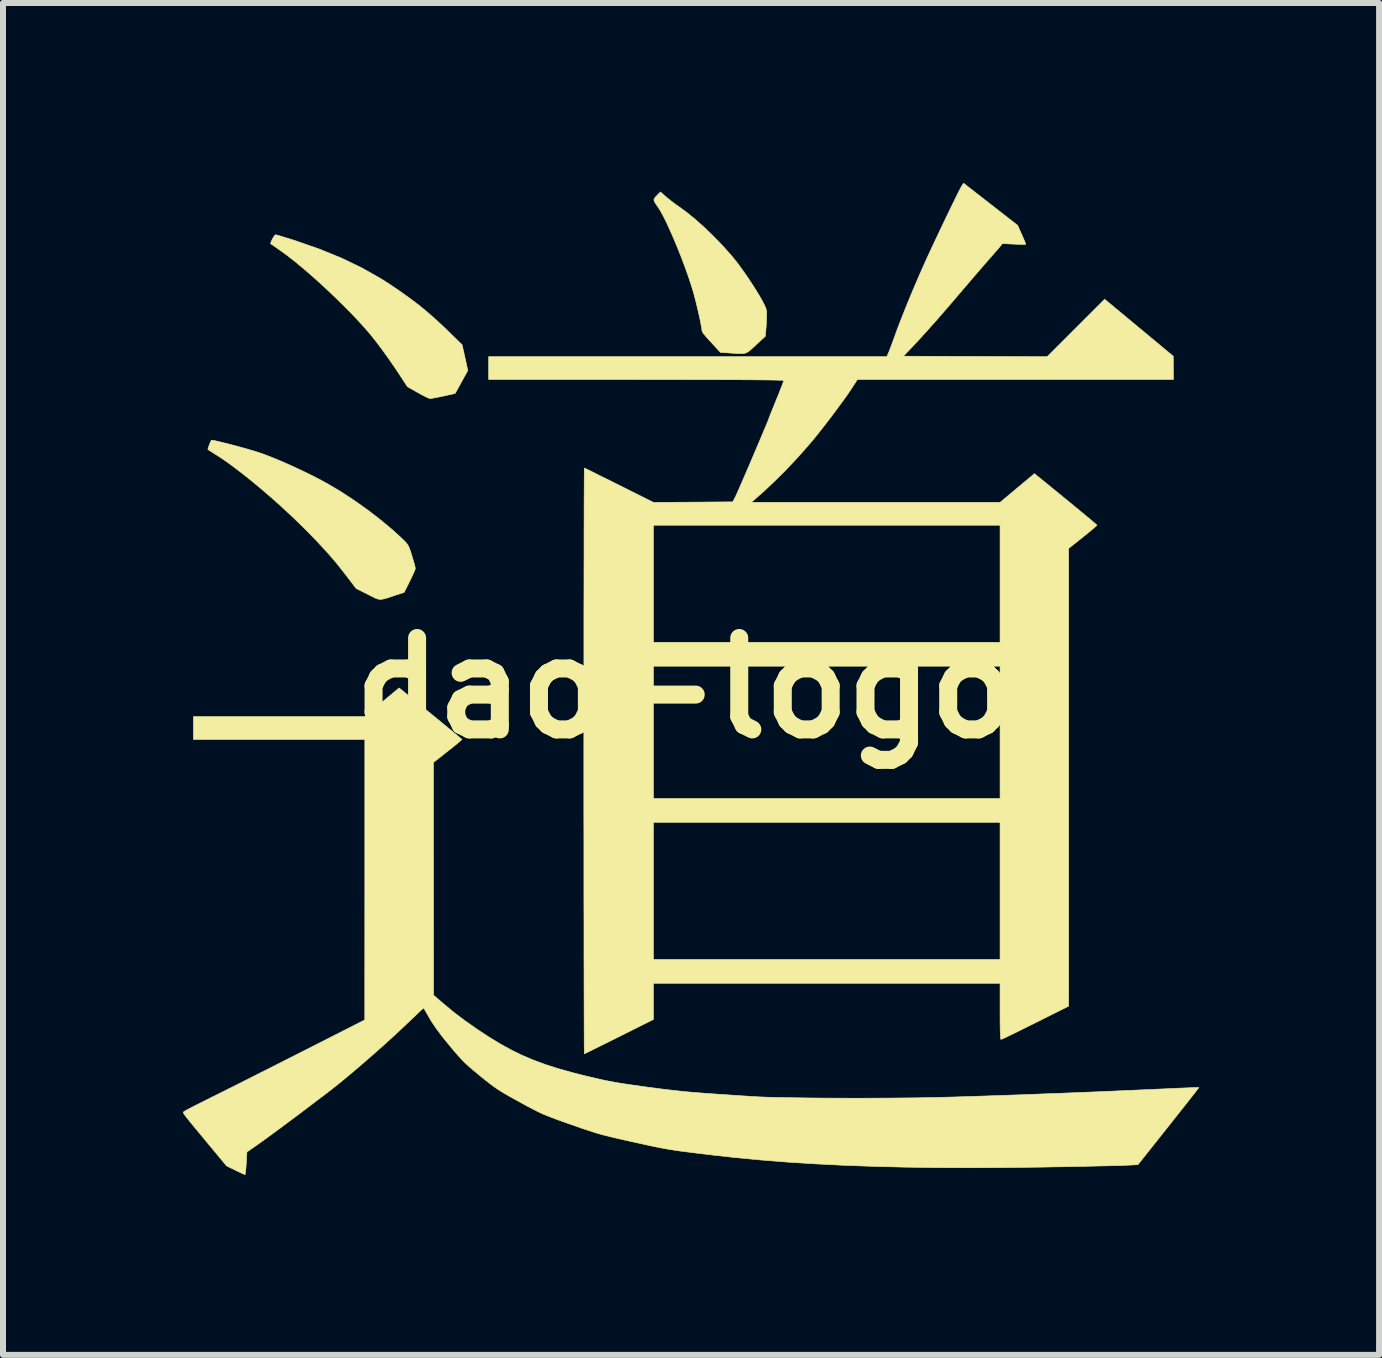
<source format=kicad_pcb>
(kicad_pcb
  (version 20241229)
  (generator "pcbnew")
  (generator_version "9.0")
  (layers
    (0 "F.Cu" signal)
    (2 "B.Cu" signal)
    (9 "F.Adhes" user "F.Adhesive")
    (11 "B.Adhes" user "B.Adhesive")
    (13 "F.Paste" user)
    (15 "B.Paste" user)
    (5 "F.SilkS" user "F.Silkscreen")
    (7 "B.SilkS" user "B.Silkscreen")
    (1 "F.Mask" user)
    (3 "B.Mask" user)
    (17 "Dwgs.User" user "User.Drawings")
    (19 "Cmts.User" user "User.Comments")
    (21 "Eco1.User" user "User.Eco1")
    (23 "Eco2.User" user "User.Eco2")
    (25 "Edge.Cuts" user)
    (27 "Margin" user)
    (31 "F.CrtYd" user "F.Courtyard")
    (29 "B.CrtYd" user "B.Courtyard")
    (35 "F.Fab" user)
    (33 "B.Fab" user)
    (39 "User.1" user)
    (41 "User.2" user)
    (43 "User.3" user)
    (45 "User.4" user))
  (footprint "dao-logo"
    (layer "F.Cu")
    (at 8.366 8.42)
    (property "Reference" "dao-logo" (at 0 0 0) (layer "F.SilkS") (effects (font (size 1.524 1.524) (thickness 0.3))))
    (attr through_hole)
    (fp_poly (pts (xy -6.802 -7.552) (xy -6.755 -7.539) (xy -6.688 -7.518) (xy -6.605 -7.493) (xy -6.511 -7.463) (xy -6.476 -7.452) (xy -6.082 -7.314) (xy -5.716 -7.164) (xy -5.379 -7.001) (xy -5.068 -6.825) (xy -4.913 -6.726) (xy -4.735 -6.605) (xy -4.579 -6.493) (xy -4.436 -6.385) (xy -4.302 -6.275) (xy -4.169 -6.159) (xy -4.029 -6.029) (xy -3.956 -5.959) (xy -3.713 -5.723) (xy -3.665 -5.509) (xy -3.618 -5.294) (xy -3.723 -5.103) (xy -3.829 -4.911) (xy -4.022 -4.868) (xy -4.099 -4.852) (xy -4.167 -4.839) (xy -4.218 -4.83) (xy -4.246 -4.826) (xy -4.247 -4.826) (xy -4.272 -4.834) (xy -4.318 -4.855) (xy -4.379 -4.886) (xy -4.448 -4.924) (xy -4.451 -4.926) (xy -4.624 -5.024) (xy -4.74 -5.202) (xy -4.834 -5.343) (xy -4.934 -5.487) (xy -5.035 -5.628) (xy -5.133 -5.759) (xy -5.223 -5.873) (xy -5.269 -5.929) (xy -5.39 -6.066) (xy -5.528 -6.214) (xy -5.68 -6.369) (xy -5.841 -6.526) (xy -6.006 -6.682) (xy -6.172 -6.833) (xy -6.334 -6.974) (xy -6.488 -7.102) (xy -6.63 -7.213) (xy -6.731 -7.287) (xy -6.794 -7.331) (xy -6.847 -7.368) (xy -6.885 -7.394) (xy -6.902 -7.406) (xy -6.903 -7.407) (xy -6.902 -7.424) (xy -6.889 -7.457) (xy -6.869 -7.497) (xy -6.846 -7.533) (xy -6.828 -7.554) (xy -6.822 -7.556) (xy -6.802 -7.552)) (stroke (width 0.01) (type solid)) (fill yes) (layer "F.SilkS"))
    (fp_poly (pts (xy -0.311 -8.186) (xy -0.246 -8.133) (xy -0.173 -8.077) (xy -0.111 -8.033) (xy 0.027 -7.933) (xy 0.176 -7.812) (xy 0.331 -7.673) (xy 0.487 -7.522) (xy 0.639 -7.364) (xy 0.781 -7.204) (xy 0.818 -7.16) (xy 0.889 -7.069) (xy 0.969 -6.959) (xy 1.053 -6.838) (xy 1.136 -6.712) (xy 1.212 -6.591) (xy 1.276 -6.482) (xy 1.299 -6.44) (xy 1.331 -6.377) (xy 1.351 -6.331) (xy 1.361 -6.289) (xy 1.364 -6.239) (xy 1.363 -6.194) (xy 1.361 -6.116) (xy 1.356 -6.032) (xy 1.351 -5.968) (xy 1.341 -5.864) (xy 1.183 -5.718) (xy 1.125 -5.665) (xy 1.082 -5.626) (xy 1.045 -5.6) (xy 1.009 -5.583) (xy 0.967 -5.576) (xy 0.913 -5.575) (xy 0.842 -5.579) (xy 0.746 -5.586) (xy 0.729 -5.587) (xy 0.593 -5.596) (xy 0.506 -5.691) (xy 0.453 -5.749) (xy 0.398 -5.809) (xy 0.353 -5.859) (xy 0.352 -5.86) (xy 0.317 -5.902) (xy 0.293 -5.939) (xy 0.286 -5.958) (xy 0.282 -5.994) (xy 0.271 -6.054) (xy 0.256 -6.134) (xy 0.236 -6.226) (xy 0.213 -6.324) (xy 0.189 -6.424) (xy 0.165 -6.518) (xy 0.143 -6.6) (xy 0.142 -6.603) (xy 0.101 -6.735) (xy 0.053 -6.879) (xy -0.002 -7.032) (xy -0.061 -7.188) (xy -0.123 -7.344) (xy -0.186 -7.494) (xy -0.248 -7.635) (xy -0.306 -7.763) (xy -0.361 -7.872) (xy -0.409 -7.959) (xy -0.439 -8.007) (xy -0.481 -8.067) (xy -0.506 -8.108) (xy -0.516 -8.136) (xy -0.509 -8.16) (xy -0.489 -8.186) (xy -0.468 -8.208) (xy -0.407 -8.27) (xy -0.311 -8.186)) (stroke (width 0.01) (type solid)) (fill yes) (layer "F.SilkS"))
    (fp_poly (pts (xy -7.873 -4.131) (xy -7.83 -4.123) (xy -7.765 -4.108) (xy -7.685 -4.088) (xy -7.592 -4.065) (xy -7.492 -4.039) (xy -7.39 -4.011) (xy -7.29 -3.983) (xy -7.197 -3.956) (xy -7.152 -3.942) (xy -7.028 -3.901) (xy -6.883 -3.845) (xy -6.723 -3.779) (xy -6.554 -3.704) (xy -6.382 -3.624) (xy -6.212 -3.541) (xy -6.052 -3.458) (xy -5.961 -3.408) (xy -5.744 -3.28) (xy -5.519 -3.133) (xy -5.296 -2.975) (xy -5.081 -2.81) (xy -4.881 -2.644) (xy -4.721 -2.498) (xy -4.673 -2.451) (xy -4.639 -2.415) (xy -4.615 -2.38) (xy -4.595 -2.34) (xy -4.575 -2.285) (xy -4.551 -2.208) (xy -4.55 -2.205) (xy -4.528 -2.131) (xy -4.509 -2.067) (xy -4.497 -2.019) (xy -4.493 -1.994) (xy -4.499 -1.971) (xy -4.518 -1.925) (xy -4.546 -1.864) (xy -4.58 -1.793) (xy -4.586 -1.782) (xy -4.679 -1.595) (xy -4.82 -1.549) (xy -4.913 -1.518) (xy -4.982 -1.496) (xy -5.034 -1.483) (xy -5.075 -1.478) (xy -5.112 -1.483) (xy -5.151 -1.496) (xy -5.2 -1.52) (xy -5.265 -1.553) (xy -5.283 -1.562) (xy -5.479 -1.66) (xy -5.602 -1.822) (xy -5.707 -1.958) (xy -5.806 -2.082) (xy -5.906 -2.2) (xy -6.011 -2.317) (xy -6.126 -2.441) (xy -6.257 -2.576) (xy -6.357 -2.677) (xy -6.514 -2.83) (xy -6.681 -2.986) (xy -6.855 -3.143) (xy -7.032 -3.296) (xy -7.207 -3.442) (xy -7.376 -3.577) (xy -7.536 -3.699) (xy -7.682 -3.804) (xy -7.787 -3.873) (xy -7.849 -3.912) (xy -7.901 -3.945) (xy -7.936 -3.968) (xy -7.95 -3.977) (xy -7.948 -3.992) (xy -7.937 -4.026) (xy -7.921 -4.067) (xy -7.905 -4.106) (xy -7.892 -4.13) (xy -7.89 -4.132) (xy -7.873 -4.131)) (stroke (width 0.01) (type solid)) (fill yes) (layer "F.SilkS"))
    (fp_poly (pts (xy -4.24 0.423) (xy -4.129 0.514) (xy -4.026 0.598) (xy -3.934 0.674) (xy -3.854 0.74) (xy -3.791 0.793) (xy -3.745 0.831) (xy -3.72 0.853) (xy -3.717 0.857) (xy -3.728 0.869) (xy -3.761 0.897) (xy -3.811 0.939) (xy -3.875 0.991) (xy -3.949 1.049) (xy -3.954 1.053) (xy -4.191 1.241) (xy -4.189 5.12) (xy -4.019 5.266) (xy -3.851 5.405) (xy -3.662 5.548) (xy -3.461 5.689) (xy -3.255 5.824) (xy -3.072 5.935) (xy -2.894 6.033) (xy -2.714 6.121) (xy -2.526 6.201) (xy -2.326 6.275) (xy -2.108 6.345) (xy -1.867 6.412) (xy -1.675 6.461) (xy -1.548 6.491) (xy -1.437 6.517) (xy -1.334 6.54) (xy -1.234 6.559) (xy -1.131 6.578) (xy -1.019 6.596) (xy -0.891 6.615) (xy -0.74 6.636) (xy -0.643 6.65) (xy -0.383 6.684) (xy -0.144 6.712) (xy 0.084 6.735) (xy 0.309 6.753) (xy 0.445 6.763) (xy 0.579 6.772) (xy 0.715 6.781) (xy 0.845 6.79) (xy 0.962 6.798) (xy 1.062 6.804) (xy 1.138 6.809) (xy 1.151 6.81) (xy 1.244 6.815) (xy 1.365 6.82) (xy 1.512 6.824) (xy 1.68 6.827) (xy 1.867 6.83) (xy 2.07 6.833) (xy 2.285 6.835) (xy 2.508 6.836) (xy 2.737 6.837) (xy 2.968 6.837) (xy 3.198 6.836) (xy 3.424 6.835) (xy 3.642 6.833) (xy 3.849 6.831) (xy 4.043 6.827) (xy 4.056 6.827) (xy 4.254 6.823) (xy 4.481 6.817) (xy 4.735 6.809) (xy 5.012 6.8) (xy 5.31 6.79) (xy 5.626 6.779) (xy 5.958 6.766) (xy 6.302 6.753) (xy 6.657 6.739) (xy 7.019 6.724) (xy 7.386 6.708) (xy 7.755 6.692) (xy 8.088 6.677) (xy 8.208 6.671) (xy 8.316 6.667) (xy 8.411 6.663) (xy 8.486 6.66) (xy 8.539 6.658) (xy 8.566 6.658) (xy 8.568 6.658) (xy 8.559 6.671) (xy 8.533 6.706) (xy 8.49 6.762) (xy 8.432 6.835) (xy 8.363 6.924) (xy 8.282 7.026) (xy 8.193 7.138) (xy 8.097 7.26) (xy 8.062 7.304) (xy 7.553 7.945) (xy 7.352 7.955) (xy 7.303 7.957) (xy 7.225 7.96) (xy 7.121 7.962) (xy 6.995 7.965) (xy 6.85 7.968) (xy 6.688 7.972) (xy 6.513 7.975) (xy 6.328 7.979) (xy 6.137 7.982) (xy 5.993 7.985) (xy 5.368 7.993) (xy 4.772 7.996) (xy 4.204 7.994) (xy 3.661 7.986) (xy 3.143 7.973) (xy 2.646 7.955) (xy 2.169 7.931) (xy 1.71 7.902) (xy 1.267 7.867) (xy 0.839 7.826) (xy 0.476 7.786) (xy 0.301 7.765) (xy 0.153 7.747) (xy 0.026 7.731) (xy -0.084 7.717) (xy -0.182 7.702) (xy -0.273 7.688) (xy -0.363 7.672) (xy -0.456 7.654) (xy -0.557 7.633) (xy -0.671 7.608) (xy -0.803 7.579) (xy -0.841 7.571) (xy -0.997 7.536) (xy -1.127 7.507) (xy -1.237 7.48) (xy -1.334 7.456) (xy -1.424 7.432) (xy -1.511 7.406) (xy -1.602 7.376) (xy -1.703 7.343) (xy -1.82 7.302) (xy -1.897 7.275) (xy -2.032 7.228) (xy -2.142 7.188) (xy -2.234 7.153) (xy -2.313 7.122) (xy -2.386 7.091) (xy -2.457 7.057) (xy -2.533 7.018) (xy -2.619 6.973) (xy -2.722 6.917) (xy -2.754 6.899) (xy -2.872 6.834) (xy -2.968 6.78) (xy -3.048 6.733) (xy -3.117 6.689) (xy -3.181 6.645) (xy -3.247 6.596) (xy -3.32 6.539) (xy -3.406 6.47) (xy -3.413 6.463) (xy -3.509 6.384) (xy -3.587 6.318) (xy -3.653 6.258) (xy -3.713 6.198) (xy -3.774 6.132) (xy -3.842 6.054) (xy -3.923 5.957) (xy -3.924 5.956) (xy -4.049 5.802) (xy -4.15 5.666) (xy -4.228 5.55) (xy -4.255 5.503) (xy -4.353 5.332) (xy -4.403 5.376) (xy -4.431 5.402) (xy -4.477 5.446) (xy -4.535 5.501) (xy -4.602 5.565) (xy -4.651 5.612) (xy -4.818 5.768) (xy -5.003 5.937) (xy -5.198 6.11) (xy -5.396 6.282) (xy -5.588 6.445) (xy -5.763 6.59) (xy -5.824 6.638) (xy -5.907 6.703) (xy -6.007 6.78) (xy -6.122 6.867) (xy -6.246 6.961) (xy -6.376 7.06) (xy -6.509 7.159) (xy -6.64 7.257) (xy -6.765 7.35) (xy -6.881 7.435) (xy -6.983 7.51) (xy -7.068 7.571) (xy -7.123 7.61) (xy -7.3 7.734) (xy -7.311 7.923) (xy -7.316 7.996) (xy -7.322 8.056) (xy -7.328 8.096) (xy -7.332 8.111) (xy -7.332 8.111) (xy -7.35 8.104) (xy -7.39 8.086) (xy -7.445 8.06) (xy -7.49 8.038) (xy -7.638 7.966) (xy -7.943 7.599) (xy -8.048 7.472) (xy -8.134 7.368) (xy -8.204 7.284) (xy -8.258 7.217) (xy -8.299 7.166) (xy -8.328 7.129) (xy -8.347 7.102) (xy -8.357 7.085) (xy -8.361 7.074) (xy -8.358 7.067) (xy -8.352 7.063) (xy -8.344 7.058) (xy -8.341 7.055) (xy -8.319 7.042) (xy -8.273 7.017) (xy -8.206 6.982) (xy -8.123 6.94) (xy -8.027 6.892) (xy -7.923 6.84) (xy -7.922 6.839) (xy -7.843 6.8) (xy -7.739 6.748) (xy -7.613 6.685) (xy -7.469 6.613) (xy -7.31 6.533) (xy -7.139 6.446) (xy -6.959 6.356) (xy -6.774 6.262) (xy -6.588 6.168) (xy -6.434 6.09) (xy -5.335 5.532) (xy -5.334 3.195) (xy -5.334 0.857) (xy -8.191 0.857) (xy -8.191 0.476) (xy -5.337 0.476) (xy -5.05 0.237) (xy -4.763 -0.002) (xy -4.24 0.423)) (stroke (width 0.01) (type solid)) (fill yes) (layer "F.SilkS"))
    (fp_poly (pts (xy 5.548 -7.713) (xy 5.616 -7.561) (xy 5.644 -7.497) (xy 5.666 -7.445) (xy 5.68 -7.41) (xy 5.683 -7.399) (xy 5.668 -7.396) (xy 5.628 -7.396) (xy 5.568 -7.397) (xy 5.494 -7.4) (xy 5.489 -7.4) (xy 5.294 -7.41) (xy 5.247 -7.352) (xy 5.22 -7.32) (xy 5.176 -7.27) (xy 5.122 -7.208) (xy 5.062 -7.139) (xy 5.031 -7.104) (xy 4.973 -7.037) (xy 4.899 -6.952) (xy 4.815 -6.854) (xy 4.727 -6.751) (xy 4.639 -6.648) (xy 4.588 -6.588) (xy 4.396 -6.364) (xy 4.219 -6.159) (xy 4.056 -5.976) (xy 3.91 -5.815) (xy 3.787 -5.683) (xy 3.643 -5.532) (xy 6.04 -5.524) (xy 6.519 -6.003) (xy 6.998 -6.482) (xy 7.57 -6.007) (xy 8.142 -5.532) (xy 8.144 -5.144) (xy 2.877 -5.144) (xy 2.776 -4.989) (xy 2.731 -4.921) (xy 2.669 -4.833) (xy 2.595 -4.732) (xy 2.513 -4.621) (xy 2.427 -4.506) (xy 2.34 -4.393) (xy 2.257 -4.287) (xy 2.182 -4.193) (xy 2.135 -4.135) (xy 1.985 -3.961) (xy 1.823 -3.782) (xy 1.654 -3.605) (xy 1.484 -3.437) (xy 1.32 -3.283) (xy 1.176 -3.155) (xy 1.106 -3.096) (xy 3.181 -3.096) (xy 5.256 -3.096) (xy 5.542 -3.335) (xy 5.828 -3.574) (xy 5.894 -3.52) (xy 6.023 -3.416) (xy 6.15 -3.312) (xy 6.275 -3.21) (xy 6.394 -3.113) (xy 6.504 -3.022) (xy 6.605 -2.939) (xy 6.693 -2.866) (xy 6.766 -2.806) (xy 6.821 -2.759) (xy 6.856 -2.729) (xy 6.87 -2.717) (xy 6.87 -2.717) (xy 6.859 -2.704) (xy 6.827 -2.675) (xy 6.778 -2.633) (xy 6.715 -2.581) (xy 6.642 -2.522) (xy 6.636 -2.517) (xy 6.398 -2.328) (xy 6.398 5.302) (xy 5.842 5.58) (xy 5.719 5.641) (xy 5.604 5.698) (xy 5.502 5.749) (xy 5.414 5.791) (xy 5.345 5.825) (xy 5.296 5.847) (xy 5.272 5.857) (xy 5.271 5.858) (xy 5.265 5.842) (xy 5.261 5.796) (xy 5.258 5.719) (xy 5.256 5.614) (xy 5.255 5.48) (xy 5.255 5.39) (xy 5.255 4.921) (xy -0.524 4.921) (xy -0.524 5.524) (xy -1.095 5.81) (xy -1.22 5.872) (xy -1.336 5.93) (xy -1.439 5.981) (xy -1.528 6.025) (xy -1.598 6.06) (xy -1.647 6.083) (xy -1.672 6.095) (xy -1.675 6.096) (xy -1.675 6.08) (xy -1.676 6.034) (xy -1.677 5.959) (xy -1.677 5.855) (xy -1.678 5.724) (xy -1.678 5.568) (xy -1.679 5.387) (xy -1.679 5.183) (xy -1.68 4.957) (xy -1.68 4.711) (xy -1.681 4.444) (xy -1.681 4.159) (xy -1.681 3.857) (xy -1.682 3.539) (xy -1.682 3.206) (xy -1.682 2.859) (xy -1.682 2.501) (xy -1.683 2.238) (xy -0.524 2.238) (xy -0.524 4.524) (xy 5.255 4.524) (xy 5.255 2.238) (xy -0.524 2.238) (xy -1.683 2.238) (xy -1.683 2.131) (xy -1.683 1.751) (xy -1.683 1.362) (xy -1.683 1.214) (xy -1.683 0.823) (xy -1.683 0.44) (xy -1.683 0.066) (xy -1.682 -0.297) (xy -1.682 -0.365) (xy -0.524 -0.365) (xy -0.524 1.841) (xy 5.255 1.841) (xy 5.255 -0.365) (xy -0.524 -0.365) (xy -1.682 -0.365) (xy -1.682 -0.649) (xy -1.682 -0.987) (xy -1.682 -1.311) (xy -1.681 -1.619) (xy -1.681 -1.91) (xy -1.68 -2.184) (xy -1.68 -2.438) (xy -1.68 -2.672) (xy -1.679 -2.715) (xy -0.524 -2.715) (xy -0.524 -0.762) (xy 5.255 -0.762) (xy 5.255 -2.715) (xy -0.524 -2.715) (xy -1.679 -2.715) (xy -1.679 -2.885) (xy -1.679 -3.074) (xy -1.678 -3.24) (xy -1.677 -3.38) (xy -1.677 -3.494) (xy -1.676 -3.58) (xy -1.676 -3.638) (xy -1.675 -3.665) (xy -1.675 -3.667) (xy -1.659 -3.66) (xy -1.618 -3.641) (xy -1.555 -3.61) (xy -1.473 -3.569) (xy -1.375 -3.52) (xy -1.263 -3.465) (xy -1.141 -3.404) (xy -1.095 -3.381) (xy -0.523 -3.095) (xy 0.138 -3.099) (xy 0.799 -3.104) (xy 0.845 -3.191) (xy 0.858 -3.219) (xy 0.881 -3.271) (xy 0.913 -3.343) (xy 0.952 -3.433) (xy 0.996 -3.535) (xy 1.044 -3.646) (xy 1.095 -3.764) (xy 1.146 -3.884) (xy 1.196 -4.002) (xy 1.244 -4.115) (xy 1.288 -4.219) (xy 1.327 -4.312) (xy 1.359 -4.388) (xy 1.382 -4.444) (xy 1.395 -4.477) (xy 1.397 -4.484) (xy 1.403 -4.5) (xy 1.419 -4.541) (xy 1.443 -4.603) (xy 1.475 -4.68) (xy 1.511 -4.77) (xy 1.524 -4.802) (xy 1.562 -4.895) (xy 1.595 -4.979) (xy 1.622 -5.048) (xy 1.641 -5.098) (xy 1.65 -5.126) (xy 1.651 -5.129) (xy 1.635 -5.131) (xy 1.589 -5.132) (xy 1.512 -5.134) (xy 1.406 -5.136) (xy 1.272 -5.137) (xy 1.111 -5.139) (xy 0.923 -5.14) (xy 0.71 -5.141) (xy 0.471 -5.142) (xy 0.209 -5.142) (xy -0.076 -5.143) (xy -0.383 -5.143) (xy -0.711 -5.143) (xy -0.81 -5.144) (xy -3.27 -5.144) (xy -3.27 -5.524) (xy 3.367 -5.524) (xy 3.4 -5.6) (xy 3.417 -5.643) (xy 3.442 -5.708) (xy 3.471 -5.787) (xy 3.502 -5.871) (xy 3.508 -5.89) (xy 3.557 -6.023) (xy 3.618 -6.179) (xy 3.686 -6.351) (xy 3.76 -6.532) (xy 3.838 -6.716) (xy 3.916 -6.898) (xy 3.992 -7.069) (xy 4.05 -7.197) (xy 4.107 -7.32) (xy 4.168 -7.45) (xy 4.231 -7.583) (xy 4.294 -7.716) (xy 4.356 -7.846) (xy 4.415 -7.968) (xy 4.47 -8.081) (xy 4.518 -8.179) (xy 4.558 -8.26) (xy 4.589 -8.32) (xy 4.608 -8.356) (xy 4.612 -8.363) (xy 4.647 -8.415) (xy 5.548 -7.713)) (stroke (width 0.01) (type solid)) (fill yes) (layer "F.SilkS")))
  (gr_rect
    (start -3 -3)
    (end 19.939 19.535)
    (stroke (width 0.1) (type default))
    (fill no)
    (layer "Edge.Cuts")))
</source>
